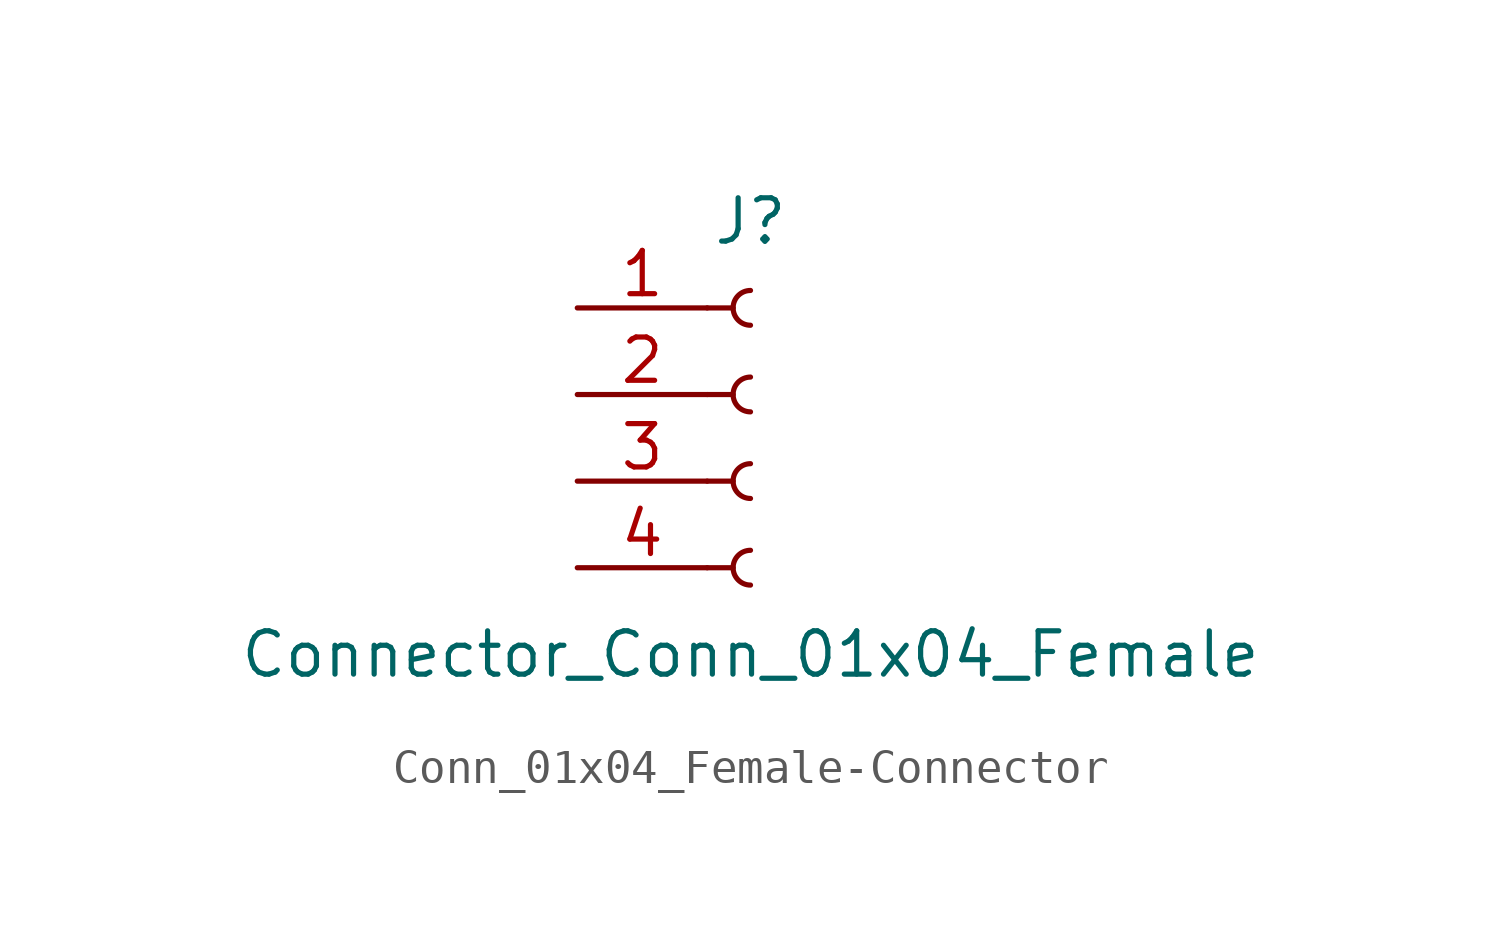
<source format=kicad_sym>
(kicad_symbol_lib
  (version 20231120)
  (generator "kicad_symbol_editor")
  (generator_version "8.0")
  (symbol "Conn_01x04_Female-Connector"
    (pin_names
      (offset 1.016) hide)
    (property "Reference" "J"
      (at 0 5.08 0)
      (effects (font (size 1.27 1.27))))
    (property "Value" "Connector_Conn_01x04_Female"
      (at 0 -7.62 0)
      (effects (font (size 1.27 1.27))))
    (symbol "Conn_01x04_Female-Connector_1_1"
      (arc (start 0 -4.572) (mid -0.508 -5.08) (end 0 -5.588) (stroke (width 0.1524) (type solid)) (fill (type none)))
      (arc (start 0 -2.032) (mid -0.508 -2.54) (end 0 -3.048) (stroke (width 0.1524) (type solid)) (fill (type none)))
      (polyline (pts (xy -1.27 -5.08) (xy -0.508 -5.08)) (stroke (width 0.152) (type solid)) (fill (type none)))
      (polyline (pts (xy -1.27 -2.54) (xy -0.508 -2.54)) (stroke (width 0.152) (type solid)) (fill (type none)))
      (polyline (pts (xy -1.27 0) (xy -0.508 0)) (stroke (width 0.152) (type solid)) (fill (type none)))
      (polyline (pts (xy -1.27 2.54) (xy -0.508 2.54)) (stroke (width 0.152) (type solid)) (fill (type none)))
      (arc (start 0 0.508) (mid -0.508 0) (end 0 -0.508) (stroke (width 0.1524) (type solid)) (fill (type none)))
      (arc (start 0 3.048) (mid -0.508 2.54) (end 0 2.032) (stroke (width 0.1524) (type solid)) (fill (type none)))
      (pin passive line (at -5.08 2.54 0) (length 3.81) (name "Pin_1" (effects (font (size 1.27 1.27)))) (number "1" (effects (font (size 1.27 1.27)))))
      (pin passive line (at -5.08 0 0) (length 3.81) (name "Pin_2" (effects (font (size 1.27 1.27)))) (number "2" (effects (font (size 1.27 1.27)))))
      (pin passive line (at -5.08 -2.54 0) (length 3.81) (name "Pin_3" (effects (font (size 1.27 1.27)))) (number "3" (effects (font (size 1.27 1.27)))))
      (pin passive line (at -5.08 -5.08 0) (length 3.81) (name "Pin_4" (effects (font (size 1.27 1.27)))) (number "4" (effects (font (size 1.27 1.27))))))))
</source>
